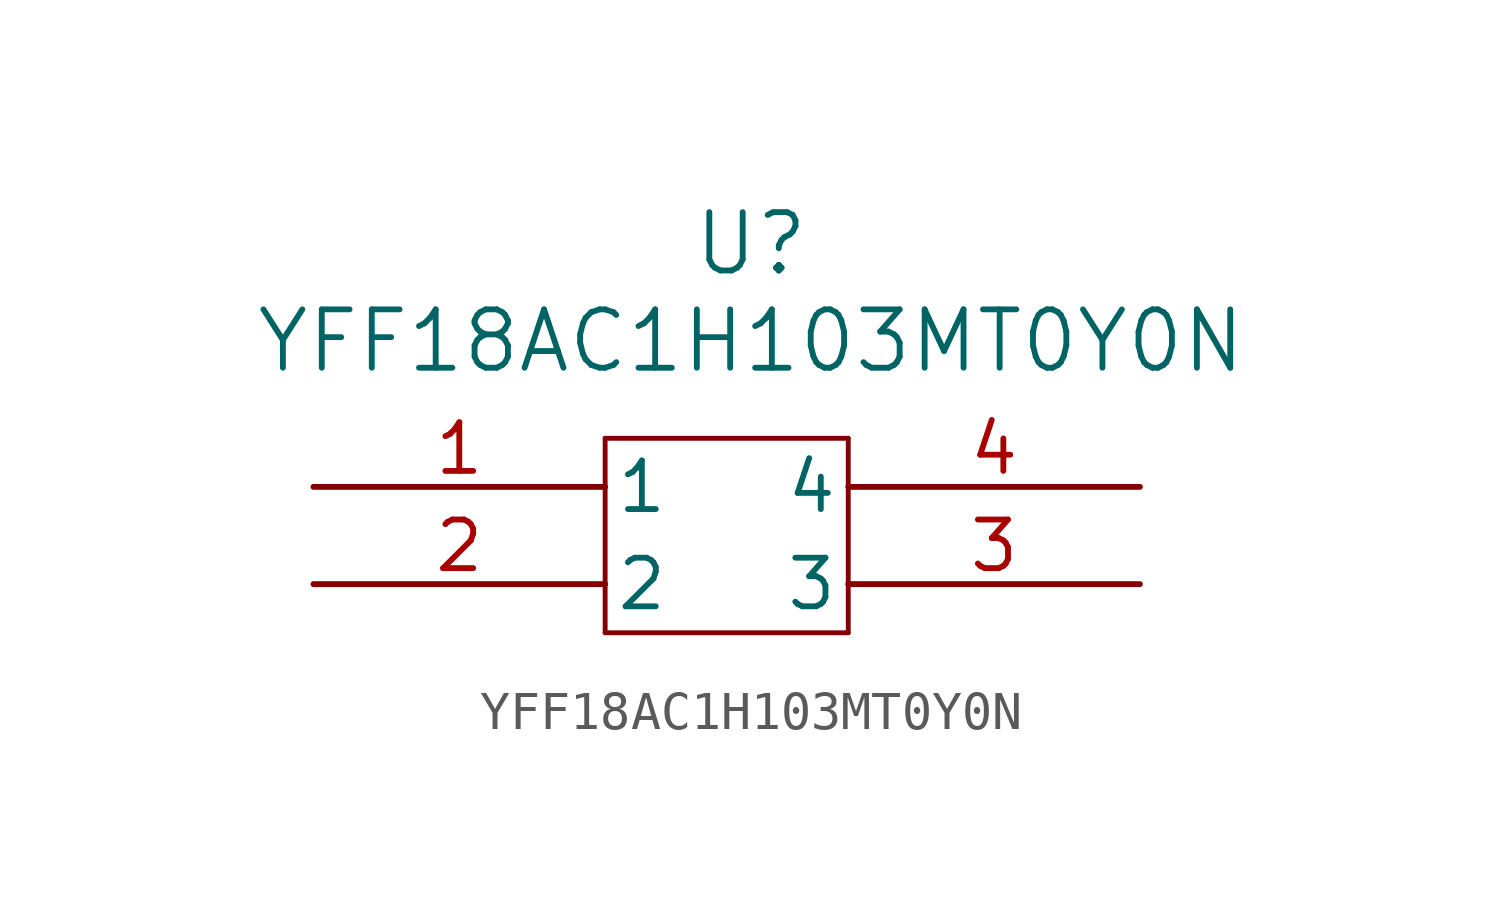
<source format=kicad_sym>
(kicad_symbol_lib
  (version 20211014)
  (generator kicad_symbol_editor)
  (symbol "YFF18AC1H103MT0Y0N"
    (pin_names
      (offset 0.254))
    (property "Reference" "U"
      (at 11.43 6.35 0)
      (effects (font (size 1.524 1.524))))
    (property "Value" "YFF18AC1H103MT0Y0N"
      (at 11.43 3.81 0)
      (effects (font (size 1.524 1.524))))
    (property "ki_locked" ""
      (at 0 0 0)
      (effects (font (size 1.27 1.27))))
    (symbol "YFF18AC1H103MT0Y0N_0_1"
      (polyline (pts (xy 7.62 -3.81) (xy 13.97 -3.81)) (stroke (width 0.127) (type default) (color 0 0 0 0)) (fill (type none)))
      (polyline (pts (xy 7.62 1.27) (xy 7.62 -3.81)) (stroke (width 0.127) (type default) (color 0 0 0 0)) (fill (type none)))
      (polyline (pts (xy 13.97 -3.81) (xy 13.97 1.27)) (stroke (width 0.127) (type default) (color 0 0 0 0)) (fill (type none)))
      (polyline (pts (xy 13.97 1.27) (xy 7.62 1.27)) (stroke (width 0.127) (type default) (color 0 0 0 0)) (fill (type none)))
      (pin passive line (at 0 0 0) (length 7.62) (name "1" (effects (font (size 1.27 1.27)))) (number "1" (effects (font (size 1.27 1.27)))))
      (pin passive line (at 0 -2.54 0) (length 7.62) (name "2" (effects (font (size 1.27 1.27)))) (number "2" (effects (font (size 1.27 1.27)))))
      (pin passive line (at 21.59 -2.54 180) (length 7.62) (name "3" (effects (font (size 1.27 1.27)))) (number "3" (effects (font (size 1.27 1.27)))))
      (pin passive line (at 21.59 0 180) (length 7.62) (name "4" (effects (font (size 1.27 1.27)))) (number "4" (effects (font (size 1.27 1.27))))))))
</source>
